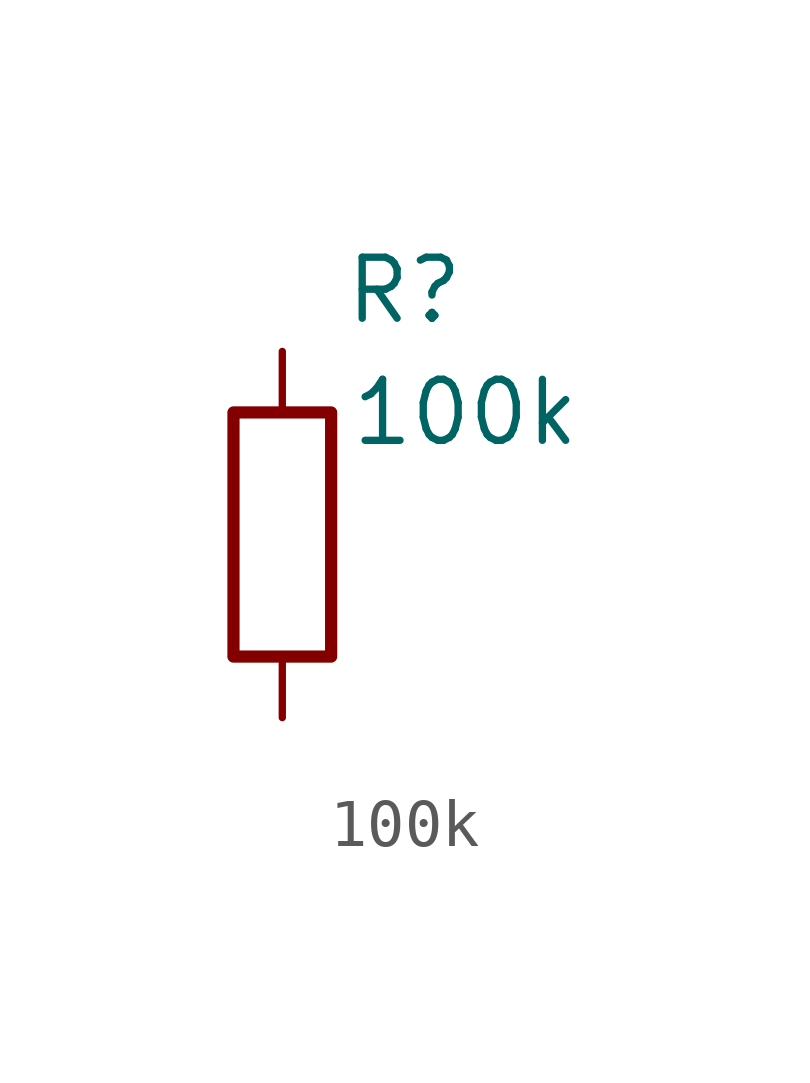
<source format=kicad_sym>
(kicad_symbol_lib
  (version 20211014)
  (generator kicad_symbol_editor)
  (symbol "100k"
    (pin_numbers hide)
    (pin_names
      (offset 1.016) hide)
    (property "Reference" "R"
      (at 2.54 5.08 0)
      (effects (font (size 1.27 1.27))))
    (property "Value" "100k"
      (at 3.81 2.54 0)
      (effects (font (size 1.27 1.27))))
    (symbol "100k_1_1"
      (rectangle (start -1.016 -2.54) (end 1.016 2.54) (stroke (width 0.254) (type default) (color 0 0 0 0)) (fill (type none)))
      (pin passive line (at 0 3.81 270) (length 1.27) (name "~" (effects (font (size 1.27 1.27)))) (number "1" (effects (font (size 1.27 1.27)))))
      (pin passive line (at 0 -3.81 90) (length 1.27) (name "~" (effects (font (size 1.27 1.27)))) (number "2" (effects (font (size 1.27 1.27))))))))
</source>
